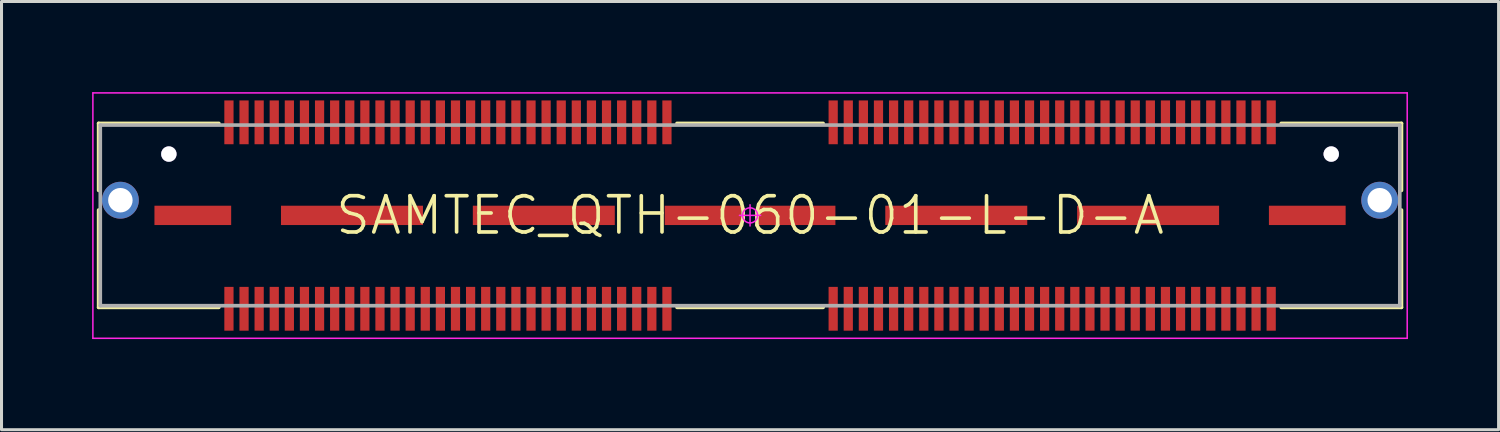
<source format=kicad_pcb>
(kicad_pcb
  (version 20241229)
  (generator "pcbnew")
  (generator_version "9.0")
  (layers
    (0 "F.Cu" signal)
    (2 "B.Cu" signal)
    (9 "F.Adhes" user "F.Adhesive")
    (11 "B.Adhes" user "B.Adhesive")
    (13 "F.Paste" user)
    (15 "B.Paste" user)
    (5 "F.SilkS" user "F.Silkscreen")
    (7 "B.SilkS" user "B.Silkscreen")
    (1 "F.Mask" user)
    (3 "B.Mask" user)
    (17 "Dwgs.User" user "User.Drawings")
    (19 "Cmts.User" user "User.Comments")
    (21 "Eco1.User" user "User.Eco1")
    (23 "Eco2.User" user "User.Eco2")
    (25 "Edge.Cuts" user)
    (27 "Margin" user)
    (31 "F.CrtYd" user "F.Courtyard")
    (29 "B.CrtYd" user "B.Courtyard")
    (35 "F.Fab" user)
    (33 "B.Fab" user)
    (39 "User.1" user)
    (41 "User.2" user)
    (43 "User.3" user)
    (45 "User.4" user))
  (footprint "SAMTEC_QTH-060-01-L-D-A"
    (layer "F.Cu")
    (at 21.78 4.08)
    (property "Reference" "SAMTEC_QTH-060-01-L-D-A" (at 0 0 0) (layer "F.SilkS") (effects (font (size 1.2 1.2) (thickness 0.12))))
    (attr through_hole)
    (fp_line (start -21.565 -3.045) (end -17.584 -3.045) (stroke (width 0.12) (type solid)) (layer "F.SilkS"))
    (fp_line (start -21.565 -0.827) (end -21.565 -3.045) (stroke (width 0.12) (type solid)) (layer "F.SilkS"))
    (fp_line (start -21.565 3.045) (end -21.565 -0.177) (stroke (width 0.12) (type solid)) (layer "F.SilkS"))
    (fp_line (start -17.584 3.045) (end -21.565 3.045) (stroke (width 0.12) (type solid)) (layer "F.SilkS"))
    (fp_line (start -2.418 -3.045) (end 2.42 -3.045) (stroke (width 0.12) (type solid)) (layer "F.SilkS"))
    (fp_line (start -2.418 3.045) (end 2.42 3.045) (stroke (width 0.12) (type solid)) (layer "F.SilkS"))
    (fp_line (start 17.584 -3.045) (end 21.565 -3.045) (stroke (width 0.12) (type solid)) (layer "F.SilkS"))
    (fp_line (start 21.565 -3.045) (end 21.565 -0.827) (stroke (width 0.12) (type solid)) (layer "F.SilkS"))
    (fp_line (start 21.565 -0.177) (end 21.565 3.045) (stroke (width 0.12) (type solid)) (layer "F.SilkS"))
    (fp_line (start 21.565 3.045) (end 17.584 3.045) (stroke (width 0.12) (type solid)) (layer "F.SilkS"))
    (fp_line (start -21.755 -4.055) (end 21.755 -4.055) (stroke (width 0.05) (type solid)) (layer "F.CrtYd"))
    (fp_line (start -21.755 4.07) (end -21.755 -4.055) (stroke (width 0.05) (type solid)) (layer "F.CrtYd"))
    (fp_line (start 0 -0.35) (end 0 0.35) (stroke (width 0.05) (type solid)) (layer "F.CrtYd"))
    (fp_line (start 0.35 0) (end -0.35 0) (stroke (width 0.05) (type solid)) (layer "F.CrtYd"))
    (fp_line (start 21.755 -4.055) (end 21.755 4.07) (stroke (width 0.05) (type solid)) (layer "F.CrtYd"))
    (fp_line (start 21.755 4.07) (end -21.755 4.07) (stroke (width 0.05) (type solid)) (layer "F.CrtYd"))
    (fp_circle (center 0 0) (end 0 0.25) (stroke (width 0.05) (type solid)) (fill no) (layer "F.CrtYd"))
    (fp_line (start -21.51 -2.99) (end 21.51 -2.99) (stroke (width 0.12) (type solid)) (layer "F.Fab"))
    (fp_line (start -21.51 2.99) (end -21.51 -2.99) (stroke (width 0.12) (type solid)) (layer "F.Fab"))
    (fp_line (start 21.51 -2.99) (end 21.51 2.99) (stroke (width 0.12) (type solid)) (layer "F.Fab"))
    (fp_line (start 21.51 2.99) (end -21.51 2.99) (stroke (width 0.12) (type solid)) (layer "F.Fab"))
    (pad "1" smd rect (at -17.251 -3.08) (size 0.305 1.45) (layers "F.Cu" "F.Mask" "F.Paste"))
    (pad "2" smd rect (at -17.251 3.092) (size 0.305 1.45) (layers "F.Cu" "F.Mask" "F.Paste"))
    (pad "3" smd rect (at -16.751 -3.08) (size 0.305 1.45) (layers "F.Cu" "F.Mask" "F.Paste"))
    (pad "4" smd rect (at -16.751 3.092) (size 0.305 1.45) (layers "F.Cu" "F.Mask" "F.Paste"))
    (pad "5" smd rect (at -16.251 -3.08) (size 0.305 1.45) (layers "F.Cu" "F.Mask" "F.Paste"))
    (pad "6" smd rect (at -16.251 3.092) (size 0.305 1.45) (layers "F.Cu" "F.Mask" "F.Paste"))
    (pad "7" smd rect (at -15.751 -3.08) (size 0.305 1.45) (layers "F.Cu" "F.Mask" "F.Paste"))
    (pad "8" smd rect (at -15.751 3.092) (size 0.305 1.45) (layers "F.Cu" "F.Mask" "F.Paste"))
    (pad "9" smd rect (at -15.251 -3.08) (size 0.305 1.45) (layers "F.Cu" "F.Mask" "F.Paste"))
    (pad "10" smd rect (at -15.251 3.092) (size 0.305 1.45) (layers "F.Cu" "F.Mask" "F.Paste"))
    (pad "11" smd rect (at -14.751 -3.08) (size 0.305 1.45) (layers "F.Cu" "F.Mask" "F.Paste"))
    (pad "12" smd rect (at -14.751 3.092) (size 0.305 1.45) (layers "F.Cu" "F.Mask" "F.Paste"))
    (pad "13" smd rect (at -14.251 -3.08) (size 0.305 1.45) (layers "F.Cu" "F.Mask" "F.Paste"))
    (pad "14" smd rect (at -14.251 3.092) (size 0.305 1.45) (layers "F.Cu" "F.Mask" "F.Paste"))
    (pad "15" smd rect (at -13.751 -3.08) (size 0.305 1.45) (layers "F.Cu" "F.Mask" "F.Paste"))
    (pad "16" smd rect (at -13.751 3.092) (size 0.305 1.45) (layers "F.Cu" "F.Mask" "F.Paste"))
    (pad "17" smd rect (at -13.251 -3.08) (size 0.305 1.45) (layers "F.Cu" "F.Mask" "F.Paste"))
    (pad "18" smd rect (at -13.251 3.092) (size 0.305 1.45) (layers "F.Cu" "F.Mask" "F.Paste"))
    (pad "19" smd rect (at -12.751 -3.08) (size 0.305 1.45) (layers "F.Cu" "F.Mask" "F.Paste"))
    (pad "20" smd rect (at -12.751 3.092) (size 0.305 1.45) (layers "F.Cu" "F.Mask" "F.Paste"))
    (pad "21" smd rect (at -12.251 -3.08) (size 0.305 1.45) (layers "F.Cu" "F.Mask" "F.Paste"))
    (pad "22" smd rect (at -12.251 3.092) (size 0.305 1.45) (layers "F.Cu" "F.Mask" "F.Paste"))
    (pad "23" smd rect (at -11.751 -3.08) (size 0.305 1.45) (layers "F.Cu" "F.Mask" "F.Paste"))
    (pad "24" smd rect (at -11.751 3.092) (size 0.305 1.45) (layers "F.Cu" "F.Mask" "F.Paste"))
    (pad "25" smd rect (at -11.251 -3.08) (size 0.305 1.45) (layers "F.Cu" "F.Mask" "F.Paste"))
    (pad "26" smd rect (at -11.251 3.092) (size 0.305 1.45) (layers "F.Cu" "F.Mask" "F.Paste"))
    (pad "27" smd rect (at -10.751 -3.08) (size 0.305 1.45) (layers "F.Cu" "F.Mask" "F.Paste"))
    (pad "28" smd rect (at -10.751 3.092) (size 0.305 1.45) (layers "F.Cu" "F.Mask" "F.Paste"))
    (pad "29" smd rect (at -10.251 -3.08) (size 0.305 1.45) (layers "F.Cu" "F.Mask" "F.Paste"))
    (pad "30" smd rect (at -10.251 3.092) (size 0.305 1.45) (layers "F.Cu" "F.Mask" "F.Paste"))
    (pad "31" smd rect (at -9.751 -3.08) (size 0.305 1.45) (layers "F.Cu" "F.Mask" "F.Paste"))
    (pad "32" smd rect (at -9.751 3.092) (size 0.305 1.45) (layers "F.Cu" "F.Mask" "F.Paste"))
    (pad "33" smd rect (at -9.251 -3.08) (size 0.305 1.45) (layers "F.Cu" "F.Mask" "F.Paste"))
    (pad "34" smd rect (at -9.251 3.092) (size 0.305 1.45) (layers "F.Cu" "F.Mask" "F.Paste"))
    (pad "35" smd rect (at -8.751 -3.08) (size 0.305 1.45) (layers "F.Cu" "F.Mask" "F.Paste"))
    (pad "36" smd rect (at -8.751 3.092) (size 0.305 1.45) (layers "F.Cu" "F.Mask" "F.Paste"))
    (pad "37" smd rect (at -8.251 -3.08) (size 0.305 1.45) (layers "F.Cu" "F.Mask" "F.Paste"))
    (pad "38" smd rect (at -8.251 3.092) (size 0.305 1.45) (layers "F.Cu" "F.Mask" "F.Paste"))
    (pad "39" smd rect (at -7.751 -3.08) (size 0.305 1.45) (layers "F.Cu" "F.Mask" "F.Paste"))
    (pad "40" smd rect (at -7.751 3.092) (size 0.305 1.45) (layers "F.Cu" "F.Mask" "F.Paste"))
    (pad "41" smd rect (at -7.251 -3.08) (size 0.305 1.45) (layers "F.Cu" "F.Mask" "F.Paste"))
    (pad "42" smd rect (at -7.251 3.092) (size 0.305 1.45) (layers "F.Cu" "F.Mask" "F.Paste"))
    (pad "43" smd rect (at -6.751 -3.08) (size 0.305 1.45) (layers "F.Cu" "F.Mask" "F.Paste"))
    (pad "44" smd rect (at -6.751 3.092) (size 0.305 1.45) (layers "F.Cu" "F.Mask" "F.Paste"))
    (pad "45" smd rect (at -6.251 -3.08) (size 0.305 1.45) (layers "F.Cu" "F.Mask" "F.Paste"))
    (pad "46" smd rect (at -6.251 3.092) (size 0.305 1.45) (layers "F.Cu" "F.Mask" "F.Paste"))
    (pad "47" smd rect (at -5.751 -3.08) (size 0.305 1.45) (layers "F.Cu" "F.Mask" "F.Paste"))
    (pad "48" smd rect (at -5.751 3.092) (size 0.305 1.45) (layers "F.Cu" "F.Mask" "F.Paste"))
    (pad "49" smd rect (at -5.251 -3.08) (size 0.305 1.45) (layers "F.Cu" "F.Mask" "F.Paste"))
    (pad "50" smd rect (at -5.251 3.092) (size 0.305 1.45) (layers "F.Cu" "F.Mask" "F.Paste"))
    (pad "51" smd rect (at -4.751 -3.08) (size 0.305 1.45) (layers "F.Cu" "F.Mask" "F.Paste"))
    (pad "52" smd rect (at -4.751 3.092) (size 0.305 1.45) (layers "F.Cu" "F.Mask" "F.Paste"))
    (pad "53" smd rect (at -4.251 -3.08) (size 0.305 1.45) (layers "F.Cu" "F.Mask" "F.Paste"))
    (pad "54" smd rect (at -4.251 3.092) (size 0.305 1.45) (layers "F.Cu" "F.Mask" "F.Paste"))
    (pad "55" smd rect (at -3.751 -3.08) (size 0.305 1.45) (layers "F.Cu" "F.Mask" "F.Paste"))
    (pad "56" smd rect (at -3.751 3.092) (size 0.305 1.45) (layers "F.Cu" "F.Mask" "F.Paste"))
    (pad "57" smd rect (at -3.251 -3.08) (size 0.305 1.45) (layers "F.Cu" "F.Mask" "F.Paste"))
    (pad "58" smd rect (at -3.251 3.092) (size 0.305 1.45) (layers "F.Cu" "F.Mask" "F.Paste"))
    (pad "59" smd rect (at -2.751 -3.08) (size 0.305 1.45) (layers "F.Cu" "F.Mask" "F.Paste"))
    (pad "60" smd rect (at -2.751 3.092) (size 0.305 1.45) (layers "F.Cu" "F.Mask" "F.Paste"))
    (pad "61" smd rect (at 2.752 -3.08) (size 0.305 1.45) (layers "F.Cu" "F.Mask" "F.Paste"))
    (pad "62" smd rect (at 2.752 3.092) (size 0.305 1.45) (layers "F.Cu" "F.Mask" "F.Paste"))
    (pad "63" smd rect (at 3.252 -3.08) (size 0.305 1.45) (layers "F.Cu" "F.Mask" "F.Paste"))
    (pad "64" smd rect (at 3.252 3.092) (size 0.305 1.45) (layers "F.Cu" "F.Mask" "F.Paste"))
    (pad "65" smd rect (at 3.752 -3.08) (size 0.305 1.45) (layers "F.Cu" "F.Mask" "F.Paste"))
    (pad "66" smd rect (at 3.752 3.092) (size 0.305 1.45) (layers "F.Cu" "F.Mask" "F.Paste"))
    (pad "67" smd rect (at 4.252 -3.08) (size 0.305 1.45) (layers "F.Cu" "F.Mask" "F.Paste"))
    (pad "68" smd rect (at 4.252 3.092) (size 0.305 1.45) (layers "F.Cu" "F.Mask" "F.Paste"))
    (pad "69" smd rect (at 4.752 -3.08) (size 0.305 1.45) (layers "F.Cu" "F.Mask" "F.Paste"))
    (pad "70" smd rect (at 4.752 3.092) (size 0.305 1.45) (layers "F.Cu" "F.Mask" "F.Paste"))
    (pad "71" smd rect (at 5.252 -3.08) (size 0.305 1.45) (layers "F.Cu" "F.Mask" "F.Paste"))
    (pad "72" smd rect (at 5.252 3.092) (size 0.305 1.45) (layers "F.Cu" "F.Mask" "F.Paste"))
    (pad "73" smd rect (at 5.752 -3.08) (size 0.305 1.45) (layers "F.Cu" "F.Mask" "F.Paste"))
    (pad "74" smd rect (at 5.752 3.092) (size 0.305 1.45) (layers "F.Cu" "F.Mask" "F.Paste"))
    (pad "75" smd rect (at 6.252 -3.08) (size 0.305 1.45) (layers "F.Cu" "F.Mask" "F.Paste"))
    (pad "76" smd rect (at 6.252 3.092) (size 0.305 1.45) (layers "F.Cu" "F.Mask" "F.Paste"))
    (pad "77" smd rect (at 6.752 -3.08) (size 0.305 1.45) (layers "F.Cu" "F.Mask" "F.Paste"))
    (pad "78" smd rect (at 6.752 3.092) (size 0.305 1.45) (layers "F.Cu" "F.Mask" "F.Paste"))
    (pad "79" smd rect (at 7.252 -3.08) (size 0.305 1.45) (layers "F.Cu" "F.Mask" "F.Paste"))
    (pad "80" smd rect (at 7.252 3.092) (size 0.305 1.45) (layers "F.Cu" "F.Mask" "F.Paste"))
    (pad "81" smd rect (at 7.752 -3.08) (size 0.305 1.45) (layers "F.Cu" "F.Mask" "F.Paste"))
    (pad "82" smd rect (at 7.752 3.092) (size 0.305 1.45) (layers "F.Cu" "F.Mask" "F.Paste"))
    (pad "83" smd rect (at 8.252 -3.08) (size 0.305 1.45) (layers "F.Cu" "F.Mask" "F.Paste"))
    (pad "84" smd rect (at 8.252 3.092) (size 0.305 1.45) (layers "F.Cu" "F.Mask" "F.Paste"))
    (pad "85" smd rect (at 8.752 -3.08) (size 0.305 1.45) (layers "F.Cu" "F.Mask" "F.Paste"))
    (pad "86" smd rect (at 8.752 3.092) (size 0.305 1.45) (layers "F.Cu" "F.Mask" "F.Paste"))
    (pad "87" smd rect (at 9.252 -3.08) (size 0.305 1.45) (layers "F.Cu" "F.Mask" "F.Paste"))
    (pad "88" smd rect (at 9.252 3.092) (size 0.305 1.45) (layers "F.Cu" "F.Mask" "F.Paste"))
    (pad "89" smd rect (at 9.752 -3.08) (size 0.305 1.45) (layers "F.Cu" "F.Mask" "F.Paste"))
    (pad "90" smd rect (at 9.752 3.092) (size 0.305 1.45) (layers "F.Cu" "F.Mask" "F.Paste"))
    (pad "91" smd rect (at 10.252 -3.08) (size 0.305 1.45) (layers "F.Cu" "F.Mask" "F.Paste"))
    (pad "92" smd rect (at 10.252 3.092) (size 0.305 1.45) (layers "F.Cu" "F.Mask" "F.Paste"))
    (pad "93" smd rect (at 10.752 -3.08) (size 0.305 1.45) (layers "F.Cu" "F.Mask" "F.Paste"))
    (pad "94" smd rect (at 10.752 3.092) (size 0.305 1.45) (layers "F.Cu" "F.Mask" "F.Paste"))
    (pad "95" smd rect (at 11.252 -3.08) (size 0.305 1.45) (layers "F.Cu" "F.Mask" "F.Paste"))
    (pad "96" smd rect (at 11.252 3.092) (size 0.305 1.45) (layers "F.Cu" "F.Mask" "F.Paste"))
    (pad "97" smd rect (at 11.752 -3.08) (size 0.305 1.45) (layers "F.Cu" "F.Mask" "F.Paste"))
    (pad "98" smd rect (at 11.752 3.092) (size 0.305 1.45) (layers "F.Cu" "F.Mask" "F.Paste"))
    (pad "99" smd rect (at 12.252 -3.08) (size 0.305 1.45) (layers "F.Cu" "F.Mask" "F.Paste"))
    (pad "100" smd rect (at 12.252 3.092) (size 0.305 1.45) (layers "F.Cu" "F.Mask" "F.Paste"))
    (pad "101" smd rect (at 12.752 -3.08) (size 0.305 1.45) (layers "F.Cu" "F.Mask" "F.Paste"))
    (pad "102" smd rect (at 12.752 3.092) (size 0.305 1.45) (layers "F.Cu" "F.Mask" "F.Paste"))
    (pad "103" smd rect (at 13.252 -3.08) (size 0.305 1.45) (layers "F.Cu" "F.Mask" "F.Paste"))
    (pad "104" smd rect (at 13.252 3.092) (size 0.305 1.45) (layers "F.Cu" "F.Mask" "F.Paste"))
    (pad "105" smd rect (at 13.752 -3.08) (size 0.305 1.45) (layers "F.Cu" "F.Mask" "F.Paste"))
    (pad "106" smd rect (at 13.752 3.092) (size 0.305 1.45) (layers "F.Cu" "F.Mask" "F.Paste"))
    (pad "107" smd rect (at 14.252 -3.08) (size 0.305 1.45) (layers "F.Cu" "F.Mask" "F.Paste"))
    (pad "108" smd rect (at 14.252 3.092) (size 0.305 1.45) (layers "F.Cu" "F.Mask" "F.Paste"))
    (pad "109" smd rect (at 14.752 -3.08) (size 0.305 1.45) (layers "F.Cu" "F.Mask" "F.Paste"))
    (pad "110" smd rect (at 14.752 3.092) (size 0.305 1.45) (layers "F.Cu" "F.Mask" "F.Paste"))
    (pad "111" smd rect (at 15.252 -3.08) (size 0.305 1.45) (layers "F.Cu" "F.Mask" "F.Paste"))
    (pad "112" smd rect (at 15.252 3.092) (size 0.305 1.45) (layers "F.Cu" "F.Mask" "F.Paste"))
    (pad "113" smd rect (at 15.752 -3.08) (size 0.305 1.45) (layers "F.Cu" "F.Mask" "F.Paste"))
    (pad "114" smd rect (at 15.752 3.092) (size 0.305 1.45) (layers "F.Cu" "F.Mask" "F.Paste"))
    (pad "115" smd rect (at 16.252 -3.08) (size 0.305 1.45) (layers "F.Cu" "F.Mask" "F.Paste"))
    (pad "116" smd rect (at 16.252 3.092) (size 0.305 1.45) (layers "F.Cu" "F.Mask" "F.Paste"))
    (pad "117" smd rect (at 16.752 -3.08) (size 0.305 1.45) (layers "F.Cu" "F.Mask" "F.Paste"))
    (pad "118" smd rect (at 16.752 3.092) (size 0.305 1.45) (layers "F.Cu" "F.Mask" "F.Paste"))
    (pad "119" smd rect (at 17.252 -3.08) (size 0.305 1.45) (layers "F.Cu" "F.Mask" "F.Paste"))
    (pad "120" smd rect (at 17.252 3.092) (size 0.305 1.45) (layers "F.Cu" "F.Mask" "F.Paste"))
    (pad "121" smd rect (at -18.447 0) (size 2.54 0.64) (layers "F.Cu" "F.Mask" "F.Paste"))
    (pad "122" smd rect (at -13.178 0) (size 4.7 0.64) (layers "F.Cu" "F.Mask" "F.Paste"))
    (pad "123" smd rect (at -6.827 0) (size 4.7 0.64) (layers "F.Cu" "F.Mask" "F.Paste"))
    (pad "124" smd rect (at -1.556 0) (size 2.54 0.64) (layers "F.Cu" "F.Mask" "F.Paste"))
    (pad "125" smd rect (at 1.556 0) (size 2.54 0.64) (layers "F.Cu" "F.Mask" "F.Paste"))
    (pad "126" smd rect (at 6.827 0) (size 4.7 0.64) (layers "F.Cu" "F.Mask" "F.Paste"))
    (pad "127" smd rect (at 13.178 0) (size 4.7 0.64) (layers "F.Cu" "F.Mask" "F.Paste"))
    (pad "128" smd rect (at 18.447 0) (size 2.54 0.64) (layers "F.Cu" "F.Mask" "F.Paste"))
    (pad "129" thru_hole circle (at -20.845 -0.502) (size 1.22 1.22) (drill 0.81) (layers "*.Cu" "*.Mask"))
    (pad "130" thru_hole circle (at 20.845 -0.502) (size 1.22 1.22) (drill 0.81) (layers "*.Cu" "*.Mask"))
    (pad "131" thru_hole circle (at -19.24 -2.03) (size 0.51 0.51) (drill 1.02) (layers "*.Cu" "*.Mask"))
    (pad "132" thru_hole circle (at 19.24 -2.03) (size 0.51 0.51) (drill 1.02) (layers "*.Cu" "*.Mask")))
  (gr_rect
    (start -3 -3)
    (end 46.56 11.175)
    (stroke (width 0.1) (type default))
    (fill no)
    (layer "Edge.Cuts")))
</source>
